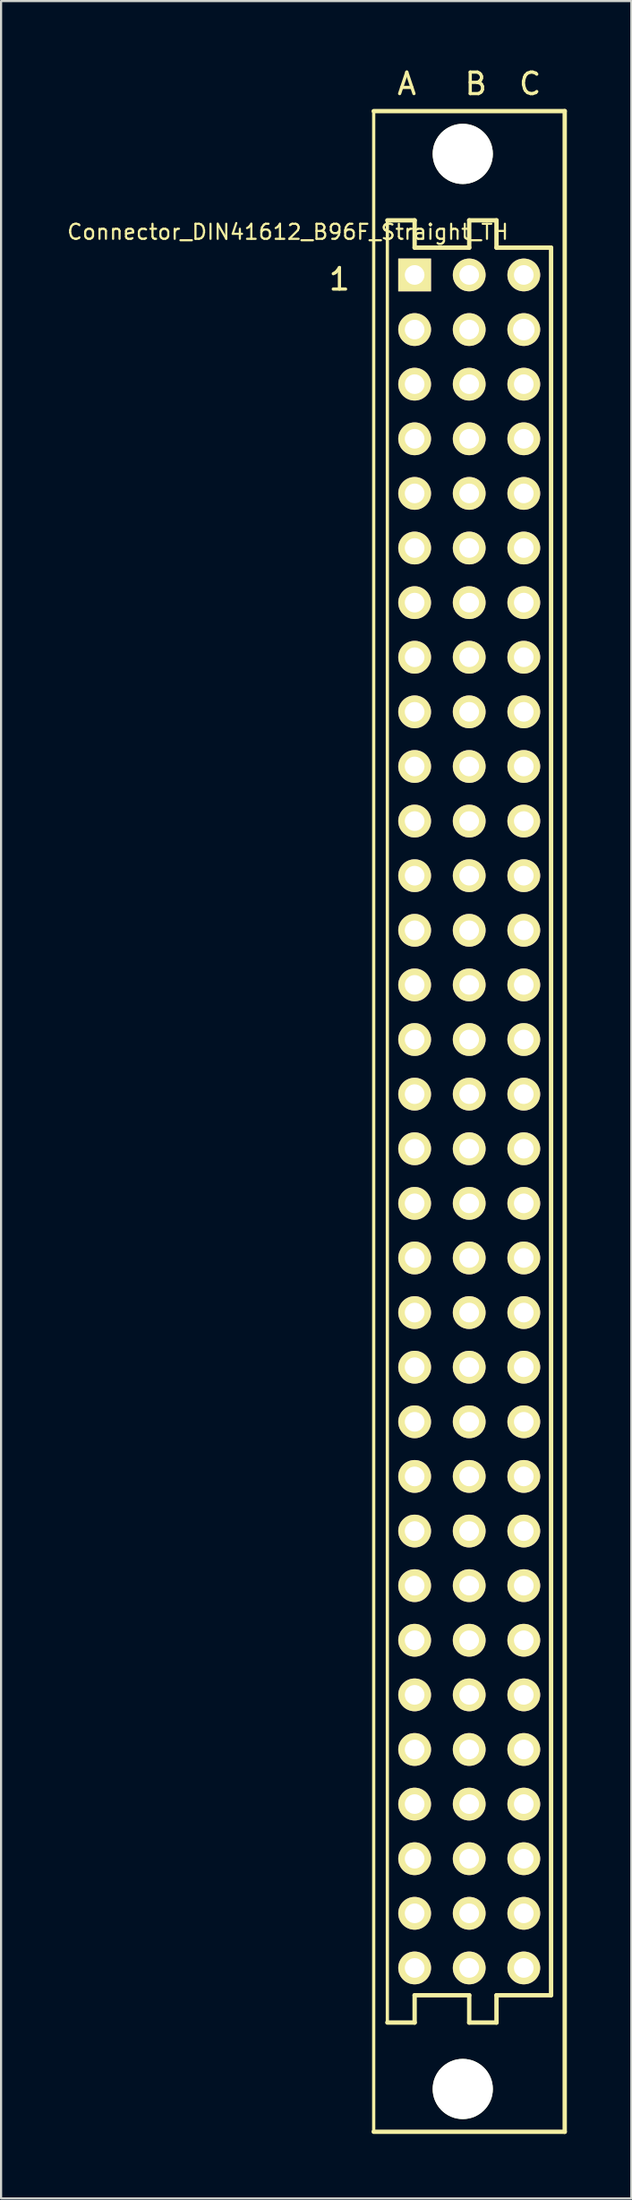
<source format=kicad_pcb>
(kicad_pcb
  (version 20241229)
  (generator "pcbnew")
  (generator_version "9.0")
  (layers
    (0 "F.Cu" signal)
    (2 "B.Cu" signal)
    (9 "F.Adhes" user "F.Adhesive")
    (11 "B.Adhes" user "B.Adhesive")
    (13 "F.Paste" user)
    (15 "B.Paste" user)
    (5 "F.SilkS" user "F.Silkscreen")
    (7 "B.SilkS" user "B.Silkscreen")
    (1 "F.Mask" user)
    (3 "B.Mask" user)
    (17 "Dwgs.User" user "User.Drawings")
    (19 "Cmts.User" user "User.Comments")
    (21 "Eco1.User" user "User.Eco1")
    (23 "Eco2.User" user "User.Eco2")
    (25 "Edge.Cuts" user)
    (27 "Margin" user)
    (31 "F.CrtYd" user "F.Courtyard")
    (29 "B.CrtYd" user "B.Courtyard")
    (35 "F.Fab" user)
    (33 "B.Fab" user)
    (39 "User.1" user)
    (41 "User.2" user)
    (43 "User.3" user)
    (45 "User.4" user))
  (footprint "Connector_DIN41612_B96F_Straight_TH"
    (layer "F.Cu")
    (at 16.247 9.738)
    (property "Reference" "Connector_DIN41612_B96F_Straight_TH" (at -5.9 -2 0) (layer "F.SilkS") (effects (font (size 0.7 0.7) (thickness 0.1))))
    (attr through_hole)
    (fp_line (start -1.905 -7.62) (end -1.905 86.36) (stroke (width 0.15) (type solid)) (layer "F.SilkS"))
    (fp_line (start -1.905 86.36) (end 6.985 86.36) (stroke (width 0.203) (type solid)) (layer "F.SilkS"))
    (fp_line (start -1.27 -2.54) (end 0 -2.54) (stroke (width 0.203) (type solid)) (layer "F.SilkS"))
    (fp_line (start -1.27 81.28) (end -1.27 -2.54) (stroke (width 0.15) (type solid)) (layer "F.SilkS"))
    (fp_line (start -1.27 81.28) (end 0 81.28) (stroke (width 0.203) (type solid)) (layer "F.SilkS"))
    (fp_line (start 0 -2.54) (end 0 -1.27) (stroke (width 0.203) (type solid)) (layer "F.SilkS"))
    (fp_line (start 0 -1.27) (end 2.54 -1.27) (stroke (width 0.203) (type solid)) (layer "F.SilkS"))
    (fp_line (start 0 80.01) (end 2.54 80.01) (stroke (width 0.203) (type solid)) (layer "F.SilkS"))
    (fp_line (start 0 81.28) (end 0 80.01) (stroke (width 0.203) (type solid)) (layer "F.SilkS"))
    (fp_line (start 2.54 -2.54) (end 3.81 -2.54) (stroke (width 0.203) (type solid)) (layer "F.SilkS"))
    (fp_line (start 2.54 -1.27) (end 2.54 -2.54) (stroke (width 0.203) (type solid)) (layer "F.SilkS"))
    (fp_line (start 2.54 80.01) (end 2.54 81.28) (stroke (width 0.203) (type solid)) (layer "F.SilkS"))
    (fp_line (start 2.54 81.28) (end 3.81 81.28) (stroke (width 0.203) (type solid)) (layer "F.SilkS"))
    (fp_line (start 3.81 -2.54) (end 3.81 -1.27) (stroke (width 0.203) (type solid)) (layer "F.SilkS"))
    (fp_line (start 3.81 -1.27) (end 6.35 -1.27) (stroke (width 0.203) (type solid)) (layer "F.SilkS"))
    (fp_line (start 3.81 80.01) (end 6.35 80.01) (stroke (width 0.203) (type solid)) (layer "F.SilkS"))
    (fp_line (start 3.81 81.28) (end 3.81 80.01) (stroke (width 0.203) (type solid)) (layer "F.SilkS"))
    (fp_line (start 6.35 80.01) (end 6.35 -1.27) (stroke (width 0.203) (type solid)) (layer "F.SilkS"))
    (fp_line (start 6.985 -7.62) (end -1.905 -7.62) (stroke (width 0.203) (type solid)) (layer "F.SilkS"))
    (fp_line (start 6.985 -7.62) (end 6.985 86.36) (stroke (width 0.203) (type solid)) (layer "F.SilkS"))
    (fp_text user "A   B  C" (at 2.54 -8.89 0) (layer "F.SilkS") (effects (font (size 1 1) (thickness 0.15))))
    (fp_text user "1" (at -3.5 0.2 0) (layer "F.SilkS") (effects (font (size 1 1) (thickness 0.15))))
    (pad "" np_thru_hole circle (at 2.24 -5.63) (size 2.8 2.8) (drill 2.8) (layers "*.Cu" "*.Mask" "F.SilkS"))
    (pad "" np_thru_hole circle (at 2.24 84.37) (size 2.8 2.8) (drill 2.8) (layers "*.Cu" "*.Mask" "F.SilkS"))
    (pad "A1" thru_hole rect (at 0 0) (size 1.524 1.524) (drill 0.914) (layers "*.Cu" "*.Mask" "F.SilkS"))
    (pad "A2" thru_hole circle (at 0 2.54) (size 1.524 1.524) (drill 0.914) (layers "*.Cu" "*.Mask" "F.SilkS"))
    (pad "A3" thru_hole circle (at 0 5.08) (size 1.524 1.524) (drill 0.914) (layers "*.Cu" "*.Mask" "F.SilkS"))
    (pad "A4" thru_hole circle (at 0 7.62) (size 1.524 1.524) (drill 0.914) (layers "*.Cu" "*.Mask" "F.SilkS"))
    (pad "A5" thru_hole circle (at 0 10.16) (size 1.524 1.524) (drill 0.914) (layers "*.Cu" "*.Mask" "F.SilkS"))
    (pad "A6" thru_hole circle (at 0 12.7) (size 1.524 1.524) (drill 0.914) (layers "*.Cu" "*.Mask" "F.SilkS"))
    (pad "A7" thru_hole circle (at 0 15.24) (size 1.524 1.524) (drill 0.914) (layers "*.Cu" "*.Mask" "F.SilkS"))
    (pad "A8" thru_hole circle (at 0 17.78) (size 1.524 1.524) (drill 0.914) (layers "*.Cu" "*.Mask" "F.SilkS"))
    (pad "A9" thru_hole circle (at 0 20.32) (size 1.524 1.524) (drill 0.914) (layers "*.Cu" "*.Mask" "F.SilkS"))
    (pad "A10" thru_hole circle (at 0 22.86) (size 1.524 1.524) (drill 0.914) (layers "*.Cu" "*.Mask" "F.SilkS"))
    (pad "A11" thru_hole circle (at 0 25.4) (size 1.524 1.524) (drill 0.914) (layers "*.Cu" "*.Mask" "F.SilkS"))
    (pad "A12" thru_hole circle (at 0 27.94) (size 1.524 1.524) (drill 0.914) (layers "*.Cu" "*.Mask" "F.SilkS"))
    (pad "A13" thru_hole circle (at 0 30.48) (size 1.524 1.524) (drill 0.914) (layers "*.Cu" "*.Mask" "F.SilkS"))
    (pad "A14" thru_hole circle (at 0 33.02) (size 1.524 1.524) (drill 0.914) (layers "*.Cu" "*.Mask" "F.SilkS"))
    (pad "A15" thru_hole circle (at 0 35.56) (size 1.524 1.524) (drill 0.914) (layers "*.Cu" "*.Mask" "F.SilkS"))
    (pad "A16" thru_hole circle (at 0 38.1) (size 1.524 1.524) (drill 0.914) (layers "*.Cu" "*.Mask" "F.SilkS"))
    (pad "A17" thru_hole circle (at 0 40.64) (size 1.524 1.524) (drill 0.914) (layers "*.Cu" "*.Mask" "F.SilkS"))
    (pad "A18" thru_hole circle (at 0 43.18) (size 1.524 1.524) (drill 0.914) (layers "*.Cu" "*.Mask" "F.SilkS"))
    (pad "A19" thru_hole circle (at 0 45.72) (size 1.524 1.524) (drill 0.914) (layers "*.Cu" "*.Mask" "F.SilkS"))
    (pad "A20" thru_hole circle (at 0 48.26) (size 1.524 1.524) (drill 0.914) (layers "*.Cu" "*.Mask" "F.SilkS"))
    (pad "A21" thru_hole circle (at 0 50.8) (size 1.524 1.524) (drill 0.914) (layers "*.Cu" "*.Mask" "F.SilkS"))
    (pad "A22" thru_hole circle (at 0 53.34) (size 1.524 1.524) (drill 0.914) (layers "*.Cu" "*.Mask" "F.SilkS"))
    (pad "A23" thru_hole circle (at 0 55.88) (size 1.524 1.524) (drill 0.914) (layers "*.Cu" "*.Mask" "F.SilkS"))
    (pad "A24" thru_hole circle (at 0 58.42) (size 1.524 1.524) (drill 0.914) (layers "*.Cu" "*.Mask" "F.SilkS"))
    (pad "A25" thru_hole circle (at 0 60.96) (size 1.524 1.524) (drill 0.914) (layers "*.Cu" "*.Mask" "F.SilkS"))
    (pad "A26" thru_hole circle (at 0 63.5) (size 1.524 1.524) (drill 0.914) (layers "*.Cu" "*.Mask" "F.SilkS"))
    (pad "A27" thru_hole circle (at 0 66.04) (size 1.524 1.524) (drill 0.914) (layers "*.Cu" "*.Mask" "F.SilkS"))
    (pad "A28" thru_hole circle (at 0 68.58) (size 1.524 1.524) (drill 0.914) (layers "*.Cu" "*.Mask" "F.SilkS"))
    (pad "A29" thru_hole circle (at 0 71.12) (size 1.524 1.524) (drill 0.914) (layers "*.Cu" "*.Mask" "F.SilkS"))
    (pad "A30" thru_hole circle (at 0 73.66) (size 1.524 1.524) (drill 0.914) (layers "*.Cu" "*.Mask" "F.SilkS"))
    (pad "A31" thru_hole circle (at 0 76.2) (size 1.524 1.524) (drill 0.914) (layers "*.Cu" "*.Mask" "F.SilkS"))
    (pad "A32" thru_hole circle (at 0 78.74) (size 1.524 1.524) (drill 0.914) (layers "*.Cu" "*.Mask" "F.SilkS"))
    (pad "B1" thru_hole circle (at 2.54 0) (size 1.524 1.524) (drill 0.914) (layers "*.Cu" "*.Mask" "F.SilkS"))
    (pad "B2" thru_hole circle (at 2.54 2.54) (size 1.524 1.524) (drill 0.914) (layers "*.Cu" "*.Mask" "F.SilkS"))
    (pad "B3" thru_hole circle (at 2.54 5.08) (size 1.524 1.524) (drill 0.914) (layers "*.Cu" "*.Mask" "F.SilkS"))
    (pad "B4" thru_hole circle (at 2.54 7.62) (size 1.524 1.524) (drill 0.914) (layers "*.Cu" "*.Mask" "F.SilkS"))
    (pad "B5" thru_hole circle (at 2.54 10.16) (size 1.524 1.524) (drill 0.914) (layers "*.Cu" "*.Mask" "F.SilkS"))
    (pad "B6" thru_hole circle (at 2.54 12.7) (size 1.524 1.524) (drill 0.914) (layers "*.Cu" "*.Mask" "F.SilkS"))
    (pad "B7" thru_hole circle (at 2.54 15.24) (size 1.524 1.524) (drill 0.914) (layers "*.Cu" "*.Mask" "F.SilkS"))
    (pad "B8" thru_hole circle (at 2.54 17.78) (size 1.524 1.524) (drill 0.914) (layers "*.Cu" "*.Mask" "F.SilkS"))
    (pad "B9" thru_hole circle (at 2.54 20.32) (size 1.524 1.524) (drill 0.914) (layers "*.Cu" "*.Mask" "F.SilkS"))
    (pad "B10" thru_hole circle (at 2.54 22.86) (size 1.524 1.524) (drill 0.914) (layers "*.Cu" "*.Mask" "F.SilkS"))
    (pad "B11" thru_hole circle (at 2.54 25.4) (size 1.524 1.524) (drill 0.914) (layers "*.Cu" "*.Mask" "F.SilkS"))
    (pad "B12" thru_hole circle (at 2.54 27.94) (size 1.524 1.524) (drill 0.914) (layers "*.Cu" "*.Mask" "F.SilkS"))
    (pad "B13" thru_hole circle (at 2.54 30.48) (size 1.524 1.524) (drill 0.914) (layers "*.Cu" "*.Mask" "F.SilkS"))
    (pad "B14" thru_hole circle (at 2.54 33.02) (size 1.524 1.524) (drill 0.914) (layers "*.Cu" "*.Mask" "F.SilkS"))
    (pad "B15" thru_hole circle (at 2.54 35.56) (size 1.524 1.524) (drill 0.914) (layers "*.Cu" "*.Mask" "F.SilkS"))
    (pad "B16" thru_hole circle (at 2.54 38.1) (size 1.524 1.524) (drill 0.914) (layers "*.Cu" "*.Mask" "F.SilkS"))
    (pad "B17" thru_hole circle (at 2.54 40.64) (size 1.524 1.524) (drill 0.914) (layers "*.Cu" "*.Mask" "F.SilkS"))
    (pad "B18" thru_hole circle (at 2.54 43.18) (size 1.524 1.524) (drill 0.914) (layers "*.Cu" "*.Mask" "F.SilkS"))
    (pad "B19" thru_hole circle (at 2.54 45.72) (size 1.524 1.524) (drill 0.914) (layers "*.Cu" "*.Mask" "F.SilkS"))
    (pad "B20" thru_hole circle (at 2.54 48.26) (size 1.524 1.524) (drill 0.914) (layers "*.Cu" "*.Mask" "F.SilkS"))
    (pad "B21" thru_hole circle (at 2.54 50.8) (size 1.524 1.524) (drill 0.914) (layers "*.Cu" "*.Mask" "F.SilkS"))
    (pad "B22" thru_hole circle (at 2.54 53.34) (size 1.524 1.524) (drill 0.914) (layers "*.Cu" "*.Mask" "F.SilkS"))
    (pad "B23" thru_hole circle (at 2.54 55.88) (size 1.524 1.524) (drill 0.914) (layers "*.Cu" "*.Mask" "F.SilkS"))
    (pad "B24" thru_hole circle (at 2.54 58.42) (size 1.524 1.524) (drill 0.914) (layers "*.Cu" "*.Mask" "F.SilkS"))
    (pad "B25" thru_hole circle (at 2.54 60.96) (size 1.524 1.524) (drill 0.914) (layers "*.Cu" "*.Mask" "F.SilkS"))
    (pad "B26" thru_hole circle (at 2.54 63.5) (size 1.524 1.524) (drill 0.914) (layers "*.Cu" "*.Mask" "F.SilkS"))
    (pad "B27" thru_hole circle (at 2.54 66.04) (size 1.524 1.524) (drill 0.914) (layers "*.Cu" "*.Mask" "F.SilkS"))
    (pad "B28" thru_hole circle (at 2.54 68.58) (size 1.524 1.524) (drill 0.914) (layers "*.Cu" "*.Mask" "F.SilkS"))
    (pad "B29" thru_hole circle (at 2.54 71.12) (size 1.524 1.524) (drill 0.914) (layers "*.Cu" "*.Mask" "F.SilkS"))
    (pad "B30" thru_hole circle (at 2.54 73.66) (size 1.524 1.524) (drill 0.914) (layers "*.Cu" "*.Mask" "F.SilkS"))
    (pad "B31" thru_hole circle (at 2.54 76.2) (size 1.524 1.524) (drill 0.914) (layers "*.Cu" "*.Mask" "F.SilkS"))
    (pad "B32" thru_hole circle (at 2.54 78.74) (size 1.524 1.524) (drill 0.914) (layers "*.Cu" "*.Mask" "F.SilkS"))
    (pad "C1" thru_hole circle (at 5.08 0) (size 1.524 1.524) (drill 0.914) (layers "*.Cu" "*.Mask" "F.SilkS"))
    (pad "C2" thru_hole circle (at 5.08 2.54) (size 1.524 1.524) (drill 1) (layers "*.Cu" "*.Mask" "F.SilkS"))
    (pad "C3" thru_hole circle (at 5.08 5.08) (size 1.524 1.524) (drill 0.914) (layers "*.Cu" "*.Mask" "F.SilkS"))
    (pad "C4" thru_hole circle (at 5.08 7.62) (size 1.524 1.524) (drill 0.914) (layers "*.Cu" "*.Mask" "F.SilkS"))
    (pad "C5" thru_hole circle (at 5.08 10.16) (size 1.524 1.524) (drill 0.914) (layers "*.Cu" "*.Mask" "F.SilkS"))
    (pad "C6" thru_hole circle (at 5.08 12.7) (size 1.524 1.524) (drill 0.914) (layers "*.Cu" "*.Mask" "F.SilkS"))
    (pad "C7" thru_hole circle (at 5.08 15.24) (size 1.524 1.524) (drill 0.914) (layers "*.Cu" "*.Mask" "F.SilkS"))
    (pad "C8" thru_hole circle (at 5.08 17.78) (size 1.524 1.524) (drill 0.914) (layers "*.Cu" "*.Mask" "F.SilkS"))
    (pad "C9" thru_hole circle (at 5.08 20.32) (size 1.524 1.524) (drill 0.914) (layers "*.Cu" "*.Mask" "F.SilkS"))
    (pad "C10" thru_hole circle (at 5.08 22.86) (size 1.524 1.524) (drill 0.914) (layers "*.Cu" "*.Mask" "F.SilkS"))
    (pad "C11" thru_hole circle (at 5.08 25.4) (size 1.524 1.524) (drill 0.914) (layers "*.Cu" "*.Mask" "F.SilkS"))
    (pad "C12" thru_hole circle (at 5.08 27.94) (size 1.524 1.524) (drill 0.914) (layers "*.Cu" "*.Mask" "F.SilkS"))
    (pad "C13" thru_hole circle (at 5.08 30.48) (size 1.524 1.524) (drill 0.914) (layers "*.Cu" "*.Mask" "F.SilkS"))
    (pad "C14" thru_hole circle (at 5.08 33.02) (size 1.524 1.524) (drill 0.914) (layers "*.Cu" "*.Mask" "F.SilkS"))
    (pad "C15" thru_hole circle (at 5.08 35.56) (size 1.524 1.524) (drill 0.914) (layers "*.Cu" "*.Mask" "F.SilkS"))
    (pad "C16" thru_hole circle (at 5.08 38.1) (size 1.524 1.524) (drill 0.914) (layers "*.Cu" "*.Mask" "F.SilkS"))
    (pad "C17" thru_hole circle (at 5.08 40.64) (size 1.524 1.524) (drill 0.914) (layers "*.Cu" "*.Mask" "F.SilkS"))
    (pad "C18" thru_hole circle (at 5.08 43.18) (size 1.524 1.524) (drill 0.914) (layers "*.Cu" "*.Mask" "F.SilkS"))
    (pad "C19" thru_hole circle (at 5.08 45.72) (size 1.524 1.524) (drill 0.914) (layers "*.Cu" "*.Mask" "F.SilkS"))
    (pad "C20" thru_hole circle (at 5.08 48.26) (size 1.524 1.524) (drill 0.914) (layers "*.Cu" "*.Mask" "F.SilkS"))
    (pad "C21" thru_hole circle (at 5.08 50.8) (size 1.524 1.524) (drill 0.914) (layers "*.Cu" "*.Mask" "F.SilkS"))
    (pad "C22" thru_hole circle (at 5.08 53.34) (size 1.524 1.524) (drill 0.914) (layers "*.Cu" "*.Mask" "F.SilkS"))
    (pad "C23" thru_hole circle (at 5.08 55.88) (size 1.524 1.524) (drill 0.914) (layers "*.Cu" "*.Mask" "F.SilkS"))
    (pad "C24" thru_hole circle (at 5.08 58.42) (size 1.524 1.524) (drill 0.914) (layers "*.Cu" "*.Mask" "F.SilkS"))
    (pad "C25" thru_hole circle (at 5.08 60.96) (size 1.524 1.524) (drill 0.914) (layers "*.Cu" "*.Mask" "F.SilkS"))
    (pad "C26" thru_hole circle (at 5.08 63.5) (size 1.524 1.524) (drill 0.914) (layers "*.Cu" "*.Mask" "F.SilkS"))
    (pad "C27" thru_hole circle (at 5.08 66.04) (size 1.524 1.524) (drill 0.914) (layers "*.Cu" "*.Mask" "F.SilkS"))
    (pad "C28" thru_hole circle (at 5.08 68.58) (size 1.524 1.524) (drill 0.914) (layers "*.Cu" "*.Mask" "F.SilkS"))
    (pad "C29" thru_hole circle (at 5.08 71.12) (size 1.524 1.524) (drill 0.914) (layers "*.Cu" "*.Mask" "F.SilkS"))
    (pad "C30" thru_hole circle (at 5.08 73.66) (size 1.524 1.524) (drill 0.914) (layers "*.Cu" "*.Mask" "F.SilkS"))
    (pad "C31" thru_hole circle (at 5.08 76.2) (size 1.524 1.524) (drill 0.914) (layers "*.Cu" "*.Mask" "F.SilkS"))
    (pad "C32" thru_hole circle (at 5.08 78.74) (size 1.524 1.524) (drill 0.914) (layers "*.Cu" "*.Mask" "F.SilkS")))
  (gr_rect
    (start -3 -3)
    (end 26.333 99.2)
    (stroke (width 0.1) (type default))
    (fill no)
    (layer "Edge.Cuts")))
</source>
